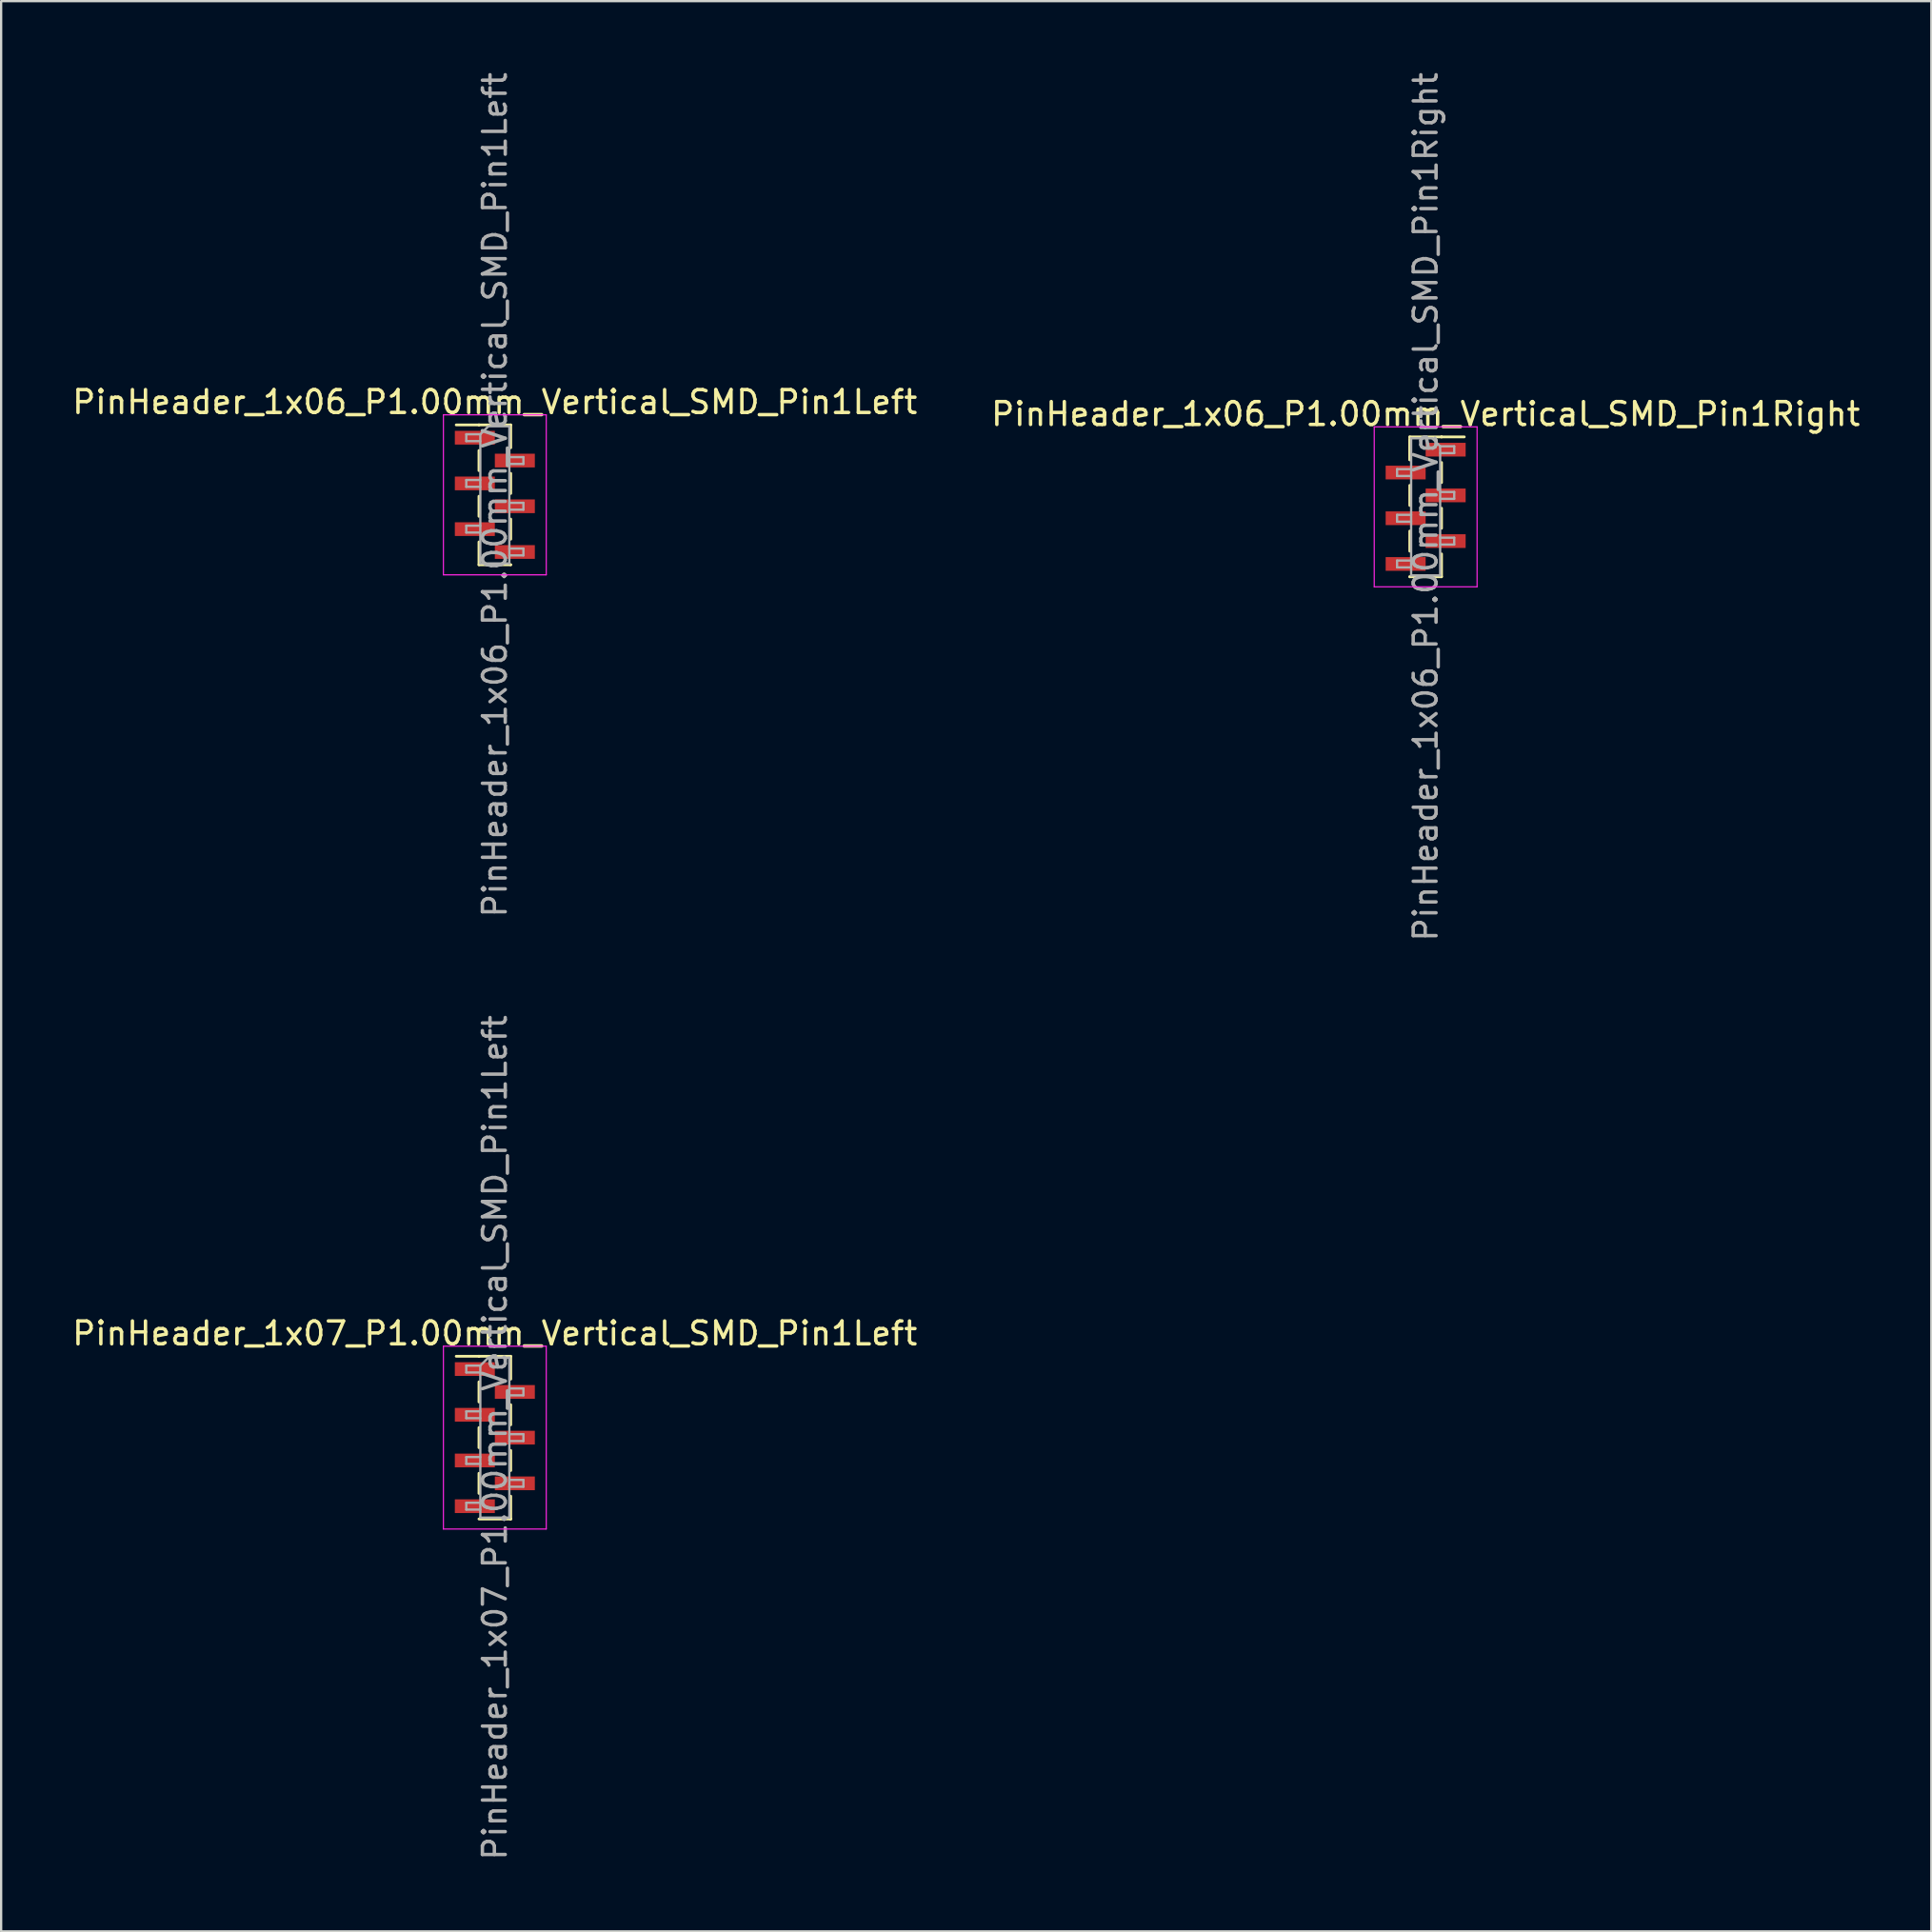
<source format=kicad_pcb>
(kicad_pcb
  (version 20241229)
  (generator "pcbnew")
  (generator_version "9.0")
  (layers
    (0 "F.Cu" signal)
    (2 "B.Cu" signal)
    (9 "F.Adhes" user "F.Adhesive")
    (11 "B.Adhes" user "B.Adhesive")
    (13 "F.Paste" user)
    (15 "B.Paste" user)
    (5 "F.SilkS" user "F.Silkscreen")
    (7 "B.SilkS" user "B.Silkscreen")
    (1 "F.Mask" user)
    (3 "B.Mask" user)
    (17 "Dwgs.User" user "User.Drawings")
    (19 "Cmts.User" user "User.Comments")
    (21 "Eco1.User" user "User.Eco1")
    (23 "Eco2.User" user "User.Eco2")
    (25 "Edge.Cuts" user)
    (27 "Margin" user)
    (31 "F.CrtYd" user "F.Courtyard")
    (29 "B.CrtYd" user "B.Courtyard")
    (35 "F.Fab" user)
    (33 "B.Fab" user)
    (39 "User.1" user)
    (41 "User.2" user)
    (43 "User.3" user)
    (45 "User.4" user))
  (footprint "PinHeader_1x07_P1.00mm_Vertical_SMD_Pin1Left"
    (layer "F.Cu")
    (at 18.601 59.851)
    (property "Reference" "PinHeader_1x07_P1.00mm_Vertical_SMD_Pin1Left" (at 0 -4.56 0) (layer "F.SilkS") (effects (font (size 1 1) (thickness 0.15))))
    (attr smd)
    (fp_line (start -0.695 -3.56) (end -1.69 -3.56) (stroke (width 0.12) (type solid)) (layer "F.SilkS"))
    (fp_line (start -0.695 -3.56) (end -0.695 -3.56) (stroke (width 0.12) (type solid)) (layer "F.SilkS"))
    (fp_line (start -0.695 -3.56) (end 0.695 -3.56) (stroke (width 0.12) (type solid)) (layer "F.SilkS"))
    (fp_line (start -0.695 -2.44) (end -0.695 -1.56) (stroke (width 0.12) (type solid)) (layer "F.SilkS"))
    (fp_line (start -0.695 -0.44) (end -0.695 0.44) (stroke (width 0.12) (type solid)) (layer "F.SilkS"))
    (fp_line (start -0.695 1.56) (end -0.695 2.44) (stroke (width 0.12) (type solid)) (layer "F.SilkS"))
    (fp_line (start -0.695 3.56) (end 0.695 3.56) (stroke (width 0.12) (type solid)) (layer "F.SilkS"))
    (fp_line (start 0.695 -3.56) (end 0.695 -2.56) (stroke (width 0.12) (type solid)) (layer "F.SilkS"))
    (fp_line (start 0.695 -1.44) (end 0.695 -0.56) (stroke (width 0.12) (type solid)) (layer "F.SilkS"))
    (fp_line (start 0.695 0.56) (end 0.695 1.44) (stroke (width 0.12) (type solid)) (layer "F.SilkS"))
    (fp_line (start 0.695 2.56) (end 0.695 3.56) (stroke (width 0.12) (type solid)) (layer "F.SilkS"))
    (fp_line (start 0.695 3.56) (end 0.695 3.56) (stroke (width 0.12) (type solid)) (layer "F.SilkS"))
    (fp_line (start -2.25 -4) (end -2.25 4) (stroke (width 0.05) (type solid)) (layer "F.CrtYd"))
    (fp_line (start -2.25 4) (end 2.25 4) (stroke (width 0.05) (type solid)) (layer "F.CrtYd"))
    (fp_line (start 2.25 -4) (end -2.25 -4) (stroke (width 0.05) (type solid)) (layer "F.CrtYd"))
    (fp_line (start 2.25 4) (end 2.25 -4) (stroke (width 0.05) (type solid)) (layer "F.CrtYd"))
    (fp_line (start -1.25 -3.15) (end -1.25 -2.85) (stroke (width 0.1) (type solid)) (layer "F.Fab"))
    (fp_line (start -1.25 -2.85) (end -0.635 -2.85) (stroke (width 0.1) (type solid)) (layer "F.Fab"))
    (fp_line (start -1.25 -1.15) (end -1.25 -0.85) (stroke (width 0.1) (type solid)) (layer "F.Fab"))
    (fp_line (start -1.25 -0.85) (end -0.635 -0.85) (stroke (width 0.1) (type solid)) (layer "F.Fab"))
    (fp_line (start -1.25 0.85) (end -1.25 1.15) (stroke (width 0.1) (type solid)) (layer "F.Fab"))
    (fp_line (start -1.25 1.15) (end -0.635 1.15) (stroke (width 0.1) (type solid)) (layer "F.Fab"))
    (fp_line (start -1.25 2.85) (end -1.25 3.15) (stroke (width 0.1) (type solid)) (layer "F.Fab"))
    (fp_line (start -1.25 3.15) (end -0.635 3.15) (stroke (width 0.1) (type solid)) (layer "F.Fab"))
    (fp_line (start -0.635 -3.15) (end -1.25 -3.15) (stroke (width 0.1) (type solid)) (layer "F.Fab"))
    (fp_line (start -0.635 -3.15) (end -0.285 -3.5) (stroke (width 0.1) (type solid)) (layer "F.Fab"))
    (fp_line (start -0.635 -1.15) (end -1.25 -1.15) (stroke (width 0.1) (type solid)) (layer "F.Fab"))
    (fp_line (start -0.635 0.85) (end -1.25 0.85) (stroke (width 0.1) (type solid)) (layer "F.Fab"))
    (fp_line (start -0.635 2.85) (end -1.25 2.85) (stroke (width 0.1) (type solid)) (layer "F.Fab"))
    (fp_line (start -0.635 3.5) (end -0.635 -3.15) (stroke (width 0.1) (type solid)) (layer "F.Fab"))
    (fp_line (start -0.285 -3.5) (end 0.635 -3.5) (stroke (width 0.1) (type solid)) (layer "F.Fab"))
    (fp_line (start 0.635 -3.5) (end 0.635 3.5) (stroke (width 0.1) (type solid)) (layer "F.Fab"))
    (fp_line (start 0.635 -2.15) (end 1.25 -2.15) (stroke (width 0.1) (type solid)) (layer "F.Fab"))
    (fp_line (start 0.635 -0.15) (end 1.25 -0.15) (stroke (width 0.1) (type solid)) (layer "F.Fab"))
    (fp_line (start 0.635 1.85) (end 1.25 1.85) (stroke (width 0.1) (type solid)) (layer "F.Fab"))
    (fp_line (start 0.635 3.5) (end -0.635 3.5) (stroke (width 0.1) (type solid)) (layer "F.Fab"))
    (fp_line (start 1.25 -2.15) (end 1.25 -1.85) (stroke (width 0.1) (type solid)) (layer "F.Fab"))
    (fp_line (start 1.25 -1.85) (end 0.635 -1.85) (stroke (width 0.1) (type solid)) (layer "F.Fab"))
    (fp_line (start 1.25 -0.15) (end 1.25 0.15) (stroke (width 0.1) (type solid)) (layer "F.Fab"))
    (fp_line (start 1.25 0.15) (end 0.635 0.15) (stroke (width 0.1) (type solid)) (layer "F.Fab"))
    (fp_line (start 1.25 1.85) (end 1.25 2.15) (stroke (width 0.1) (type solid)) (layer "F.Fab"))
    (fp_line (start 1.25 2.15) (end 0.635 2.15) (stroke (width 0.1) (type solid)) (layer "F.Fab"))
    (fp_text user "${REFERENCE}" (at 0 0 90) (layer "F.Fab") (effects (font (size 1 1) (thickness 0.15))))
    (pad "1" smd rect (at -0.875 -3) (size 1.75 0.6) (layers "F.Cu" "F.Mask" "F.Paste"))
    (pad "2" smd rect (at 0.875 -2) (size 1.75 0.6) (layers "F.Cu" "F.Mask" "F.Paste"))
    (pad "3" smd rect (at -0.875 -1) (size 1.75 0.6) (layers "F.Cu" "F.Mask" "F.Paste"))
    (pad "4" smd rect (at 0.875 0) (size 1.75 0.6) (layers "F.Cu" "F.Mask" "F.Paste"))
    (pad "5" smd rect (at -0.875 1) (size 1.75 0.6) (layers "F.Cu" "F.Mask" "F.Paste"))
    (pad "6" smd rect (at 0.875 2) (size 1.75 0.6) (layers "F.Cu" "F.Mask" "F.Paste"))
    (pad "7" smd rect (at -0.875 3) (size 1.75 0.6) (layers "F.Cu" "F.Mask" "F.Paste")))
  (footprint "PinHeader_1x06_P1.00mm_Vertical_SMD_Pin1Left"
    (layer "F.Cu")
    (at 18.601 18.601)
    (property "Reference" "PinHeader_1x06_P1.00mm_Vertical_SMD_Pin1Left" (at 0 -4.06 0) (layer "F.SilkS") (effects (font (size 1 1) (thickness 0.15))))
    (attr smd)
    (fp_line (start -0.695 -3.06) (end -1.69 -3.06) (stroke (width 0.12) (type solid)) (layer "F.SilkS"))
    (fp_line (start -0.695 -3.06) (end -0.695 -3.06) (stroke (width 0.12) (type solid)) (layer "F.SilkS"))
    (fp_line (start -0.695 -3.06) (end 0.695 -3.06) (stroke (width 0.12) (type solid)) (layer "F.SilkS"))
    (fp_line (start -0.695 -1.94) (end -0.695 -1.06) (stroke (width 0.12) (type solid)) (layer "F.SilkS"))
    (fp_line (start -0.695 0.06) (end -0.695 0.94) (stroke (width 0.12) (type solid)) (layer "F.SilkS"))
    (fp_line (start -0.695 2.06) (end -0.695 3.06) (stroke (width 0.12) (type solid)) (layer "F.SilkS"))
    (fp_line (start -0.695 3.06) (end 0.695 3.06) (stroke (width 0.12) (type solid)) (layer "F.SilkS"))
    (fp_line (start 0.695 -3.06) (end 0.695 -2.06) (stroke (width 0.12) (type solid)) (layer "F.SilkS"))
    (fp_line (start 0.695 -0.94) (end 0.695 -0.06) (stroke (width 0.12) (type solid)) (layer "F.SilkS"))
    (fp_line (start 0.695 1.06) (end 0.695 1.94) (stroke (width 0.12) (type solid)) (layer "F.SilkS"))
    (fp_line (start 0.695 3.06) (end 0.695 3.06) (stroke (width 0.12) (type solid)) (layer "F.SilkS"))
    (fp_line (start -2.25 -3.5) (end -2.25 3.5) (stroke (width 0.05) (type solid)) (layer "F.CrtYd"))
    (fp_line (start -2.25 3.5) (end 2.25 3.5) (stroke (width 0.05) (type solid)) (layer "F.CrtYd"))
    (fp_line (start 2.25 -3.5) (end -2.25 -3.5) (stroke (width 0.05) (type solid)) (layer "F.CrtYd"))
    (fp_line (start 2.25 3.5) (end 2.25 -3.5) (stroke (width 0.05) (type solid)) (layer "F.CrtYd"))
    (fp_line (start -1.25 -2.65) (end -1.25 -2.35) (stroke (width 0.1) (type solid)) (layer "F.Fab"))
    (fp_line (start -1.25 -2.35) (end -0.635 -2.35) (stroke (width 0.1) (type solid)) (layer "F.Fab"))
    (fp_line (start -1.25 -0.65) (end -1.25 -0.35) (stroke (width 0.1) (type solid)) (layer "F.Fab"))
    (fp_line (start -1.25 -0.35) (end -0.635 -0.35) (stroke (width 0.1) (type solid)) (layer "F.Fab"))
    (fp_line (start -1.25 1.35) (end -1.25 1.65) (stroke (width 0.1) (type solid)) (layer "F.Fab"))
    (fp_line (start -1.25 1.65) (end -0.635 1.65) (stroke (width 0.1) (type solid)) (layer "F.Fab"))
    (fp_line (start -0.635 -2.65) (end -1.25 -2.65) (stroke (width 0.1) (type solid)) (layer "F.Fab"))
    (fp_line (start -0.635 -2.65) (end -0.285 -3) (stroke (width 0.1) (type solid)) (layer "F.Fab"))
    (fp_line (start -0.635 -0.65) (end -1.25 -0.65) (stroke (width 0.1) (type solid)) (layer "F.Fab"))
    (fp_line (start -0.635 1.35) (end -1.25 1.35) (stroke (width 0.1) (type solid)) (layer "F.Fab"))
    (fp_line (start -0.635 3) (end -0.635 -2.65) (stroke (width 0.1) (type solid)) (layer "F.Fab"))
    (fp_line (start -0.285 -3) (end 0.635 -3) (stroke (width 0.1) (type solid)) (layer "F.Fab"))
    (fp_line (start 0.635 -3) (end 0.635 3) (stroke (width 0.1) (type solid)) (layer "F.Fab"))
    (fp_line (start 0.635 -1.65) (end 1.25 -1.65) (stroke (width 0.1) (type solid)) (layer "F.Fab"))
    (fp_line (start 0.635 0.35) (end 1.25 0.35) (stroke (width 0.1) (type solid)) (layer "F.Fab"))
    (fp_line (start 0.635 2.35) (end 1.25 2.35) (stroke (width 0.1) (type solid)) (layer "F.Fab"))
    (fp_line (start 0.635 3) (end -0.635 3) (stroke (width 0.1) (type solid)) (layer "F.Fab"))
    (fp_line (start 1.25 -1.65) (end 1.25 -1.35) (stroke (width 0.1) (type solid)) (layer "F.Fab"))
    (fp_line (start 1.25 -1.35) (end 0.635 -1.35) (stroke (width 0.1) (type solid)) (layer "F.Fab"))
    (fp_line (start 1.25 0.35) (end 1.25 0.65) (stroke (width 0.1) (type solid)) (layer "F.Fab"))
    (fp_line (start 1.25 0.65) (end 0.635 0.65) (stroke (width 0.1) (type solid)) (layer "F.Fab"))
    (fp_line (start 1.25 2.35) (end 1.25 2.65) (stroke (width 0.1) (type solid)) (layer "F.Fab"))
    (fp_line (start 1.25 2.65) (end 0.635 2.65) (stroke (width 0.1) (type solid)) (layer "F.Fab"))
    (fp_text user "${REFERENCE}" (at 0 0 90) (layer "F.Fab") (effects (font (size 1 1) (thickness 0.15))))
    (pad "1" smd rect (at -0.875 -2.5) (size 1.75 0.6) (layers "F.Cu" "F.Mask" "F.Paste"))
    (pad "2" smd rect (at 0.875 -1.5) (size 1.75 0.6) (layers "F.Cu" "F.Mask" "F.Paste"))
    (pad "3" smd rect (at -0.875 -0.5) (size 1.75 0.6) (layers "F.Cu" "F.Mask" "F.Paste"))
    (pad "4" smd rect (at 0.875 0.5) (size 1.75 0.6) (layers "F.Cu" "F.Mask" "F.Paste"))
    (pad "5" smd rect (at -0.875 1.5) (size 1.75 0.6) (layers "F.Cu" "F.Mask" "F.Paste"))
    (pad "6" smd rect (at 0.875 2.5) (size 1.75 0.6) (layers "F.Cu" "F.Mask" "F.Paste")))
  (footprint "PinHeader_1x06_P1.00mm_Vertical_SMD_Pin1Right"
    (layer "F.Cu")
    (at 59.327 19.125)
    (property "Reference" "PinHeader_1x06_P1.00mm_Vertical_SMD_Pin1Right" (at 0 -4.06 0) (layer "F.SilkS") (effects (font (size 1 1) (thickness 0.15))))
    (attr smd)
    (fp_line (start -0.695 -3.06) (end -0.695 -2.06) (stroke (width 0.12) (type solid)) (layer "F.SilkS"))
    (fp_line (start -0.695 -3.06) (end 0.695 -3.06) (stroke (width 0.12) (type solid)) (layer "F.SilkS"))
    (fp_line (start -0.695 -2.94) (end -0.695 -2.06) (stroke (width 0.12) (type solid)) (layer "F.SilkS"))
    (fp_line (start -0.695 -0.94) (end -0.695 -0.06) (stroke (width 0.12) (type solid)) (layer "F.SilkS"))
    (fp_line (start -0.695 1.06) (end -0.695 1.94) (stroke (width 0.12) (type solid)) (layer "F.SilkS"))
    (fp_line (start -0.695 3.06) (end -0.695 3.06) (stroke (width 0.12) (type solid)) (layer "F.SilkS"))
    (fp_line (start -0.695 3.06) (end 0.695 3.06) (stroke (width 0.12) (type solid)) (layer "F.SilkS"))
    (fp_line (start 0.695 -3.06) (end 0.695 -3.06) (stroke (width 0.12) (type solid)) (layer "F.SilkS"))
    (fp_line (start 0.695 -3.06) (end 1.69 -3.06) (stroke (width 0.12) (type solid)) (layer "F.SilkS"))
    (fp_line (start 0.695 -1.94) (end 0.695 -1.06) (stroke (width 0.12) (type solid)) (layer "F.SilkS"))
    (fp_line (start 0.695 0.06) (end 0.695 0.94) (stroke (width 0.12) (type solid)) (layer "F.SilkS"))
    (fp_line (start 0.695 2.06) (end 0.695 3.06) (stroke (width 0.12) (type solid)) (layer "F.SilkS"))
    (fp_line (start -2.25 -3.5) (end -2.25 3.5) (stroke (width 0.05) (type solid)) (layer "F.CrtYd"))
    (fp_line (start -2.25 3.5) (end 2.25 3.5) (stroke (width 0.05) (type solid)) (layer "F.CrtYd"))
    (fp_line (start 2.25 -3.5) (end -2.25 -3.5) (stroke (width 0.05) (type solid)) (layer "F.CrtYd"))
    (fp_line (start 2.25 3.5) (end 2.25 -3.5) (stroke (width 0.05) (type solid)) (layer "F.CrtYd"))
    (fp_line (start -1.25 -1.65) (end -1.25 -1.35) (stroke (width 0.1) (type solid)) (layer "F.Fab"))
    (fp_line (start -1.25 -1.35) (end -0.635 -1.35) (stroke (width 0.1) (type solid)) (layer "F.Fab"))
    (fp_line (start -1.25 0.35) (end -1.25 0.65) (stroke (width 0.1) (type solid)) (layer "F.Fab"))
    (fp_line (start -1.25 0.65) (end -0.635 0.65) (stroke (width 0.1) (type solid)) (layer "F.Fab"))
    (fp_line (start -1.25 2.35) (end -1.25 2.65) (stroke (width 0.1) (type solid)) (layer "F.Fab"))
    (fp_line (start -1.25 2.65) (end -0.635 2.65) (stroke (width 0.1) (type solid)) (layer "F.Fab"))
    (fp_line (start -0.635 -3) (end -0.635 3) (stroke (width 0.1) (type solid)) (layer "F.Fab"))
    (fp_line (start -0.635 -3) (end 0.285 -3) (stroke (width 0.1) (type solid)) (layer "F.Fab"))
    (fp_line (start -0.635 -1.65) (end -1.25 -1.65) (stroke (width 0.1) (type solid)) (layer "F.Fab"))
    (fp_line (start -0.635 0.35) (end -1.25 0.35) (stroke (width 0.1) (type solid)) (layer "F.Fab"))
    (fp_line (start -0.635 2.35) (end -1.25 2.35) (stroke (width 0.1) (type solid)) (layer "F.Fab"))
    (fp_line (start 0.635 -2.65) (end 0.285 -3) (stroke (width 0.1) (type solid)) (layer "F.Fab"))
    (fp_line (start 0.635 -2.65) (end 1.25 -2.65) (stroke (width 0.1) (type solid)) (layer "F.Fab"))
    (fp_line (start 0.635 -0.65) (end 1.25 -0.65) (stroke (width 0.1) (type solid)) (layer "F.Fab"))
    (fp_line (start 0.635 1.35) (end 1.25 1.35) (stroke (width 0.1) (type solid)) (layer "F.Fab"))
    (fp_line (start 0.635 3) (end -0.635 3) (stroke (width 0.1) (type solid)) (layer "F.Fab"))
    (fp_line (start 0.635 3) (end 0.635 -2.65) (stroke (width 0.1) (type solid)) (layer "F.Fab"))
    (fp_line (start 1.25 -2.65) (end 1.25 -2.35) (stroke (width 0.1) (type solid)) (layer "F.Fab"))
    (fp_line (start 1.25 -2.35) (end 0.635 -2.35) (stroke (width 0.1) (type solid)) (layer "F.Fab"))
    (fp_line (start 1.25 -0.65) (end 1.25 -0.35) (stroke (width 0.1) (type solid)) (layer "F.Fab"))
    (fp_line (start 1.25 -0.35) (end 0.635 -0.35) (stroke (width 0.1) (type solid)) (layer "F.Fab"))
    (fp_line (start 1.25 1.35) (end 1.25 1.65) (stroke (width 0.1) (type solid)) (layer "F.Fab"))
    (fp_line (start 1.25 1.65) (end 0.635 1.65) (stroke (width 0.1) (type solid)) (layer "F.Fab"))
    (fp_text user "${REFERENCE}" (at 0 0 90) (layer "F.Fab") (effects (font (size 1 1) (thickness 0.15))))
    (pad "1" smd rect (at 0.875 -2.5) (size 1.75 0.6) (layers "F.Cu" "F.Mask" "F.Paste"))
    (pad "2" smd rect (at -0.875 -1.5) (size 1.75 0.6) (layers "F.Cu" "F.Mask" "F.Paste"))
    (pad "3" smd rect (at 0.875 -0.5) (size 1.75 0.6) (layers "F.Cu" "F.Mask" "F.Paste"))
    (pad "4" smd rect (at -0.875 0.5) (size 1.75 0.6) (layers "F.Cu" "F.Mask" "F.Paste"))
    (pad "5" smd rect (at 0.875 1.5) (size 1.75 0.6) (layers "F.Cu" "F.Mask" "F.Paste"))
    (pad "6" smd rect (at -0.875 2.5) (size 1.75 0.6) (layers "F.Cu" "F.Mask" "F.Paste")))
  (gr_rect
    (start -3 -3)
    (end 81.452 81.452)
    (stroke (width 0.1) (type default))
    (fill no)
    (layer "Edge.Cuts")))
</source>
